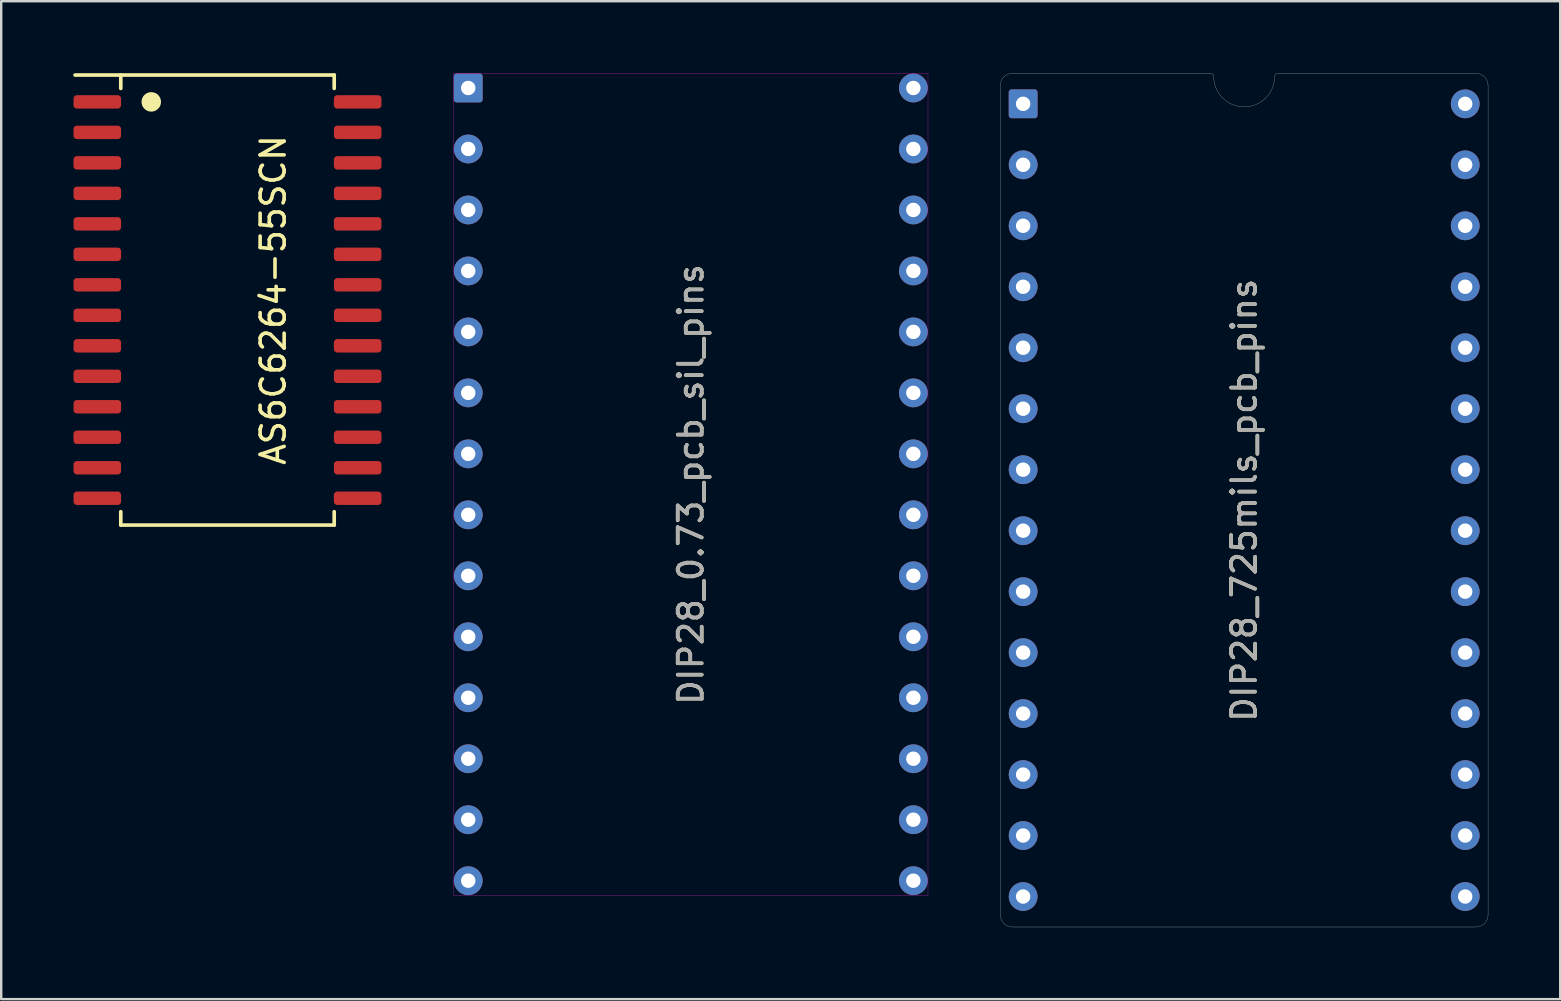
<source format=kicad_pcb>
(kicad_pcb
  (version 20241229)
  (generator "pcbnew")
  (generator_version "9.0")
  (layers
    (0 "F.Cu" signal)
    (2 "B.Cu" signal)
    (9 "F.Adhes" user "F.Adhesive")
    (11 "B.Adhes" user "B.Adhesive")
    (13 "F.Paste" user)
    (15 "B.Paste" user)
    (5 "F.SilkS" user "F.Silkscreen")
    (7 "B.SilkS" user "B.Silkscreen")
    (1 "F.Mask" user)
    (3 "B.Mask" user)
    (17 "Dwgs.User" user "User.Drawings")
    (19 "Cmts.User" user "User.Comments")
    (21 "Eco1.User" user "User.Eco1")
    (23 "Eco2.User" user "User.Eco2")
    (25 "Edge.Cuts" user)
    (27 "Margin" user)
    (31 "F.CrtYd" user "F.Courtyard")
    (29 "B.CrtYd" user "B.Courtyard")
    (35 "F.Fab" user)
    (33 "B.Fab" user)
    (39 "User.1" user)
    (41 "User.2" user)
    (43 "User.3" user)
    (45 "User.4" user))
  (footprint "AS6C6264-55SCN"
    (layer "F.Cu")
    (at 6.426 9.449)
    (property "Reference" "AS6C6264-55SCN" (at 1.905 0 270) (layer "F.SilkS") (effects (font (size 1 1) (thickness 0.15))))
    (attr smd)
    (fp_line (start -4.445 -9.373) (end -4.445 -8.816) (stroke (width 0.152) (type solid)) (layer "F.SilkS"))
    (fp_line (start -4.445 8.816) (end -4.445 9.373) (stroke (width 0.152) (type solid)) (layer "F.SilkS"))
    (fp_line (start -4.445 9.373) (end 4.445 9.373) (stroke (width 0.152) (type solid)) (layer "F.SilkS"))
    (fp_line (start 4.445 -9.373) (end -6.35 -9.373) (stroke (width 0.152) (type solid)) (layer "F.SilkS"))
    (fp_line (start 4.445 -8.816) (end 4.445 -9.373) (stroke (width 0.152) (type solid)) (layer "F.SilkS"))
    (fp_line (start 4.445 9.373) (end 4.445 8.816) (stroke (width 0.152) (type solid)) (layer "F.SilkS"))
    (fp_circle (center -3.175 -8.255) (end -2.972 -8.255) (stroke (width 0.406) (type solid)) (fill no) (layer "F.SilkS"))
    (pad "1" smd roundrect (at -5.423 -8.255) (size 1.981 0.559) (layers "F.Cu" "F.Mask" "F.Paste") (roundrect_rratio 0.25))
    (pad "2" smd roundrect (at -5.423 -6.985) (size 1.981 0.559) (layers "F.Cu" "F.Mask" "F.Paste") (roundrect_rratio 0.25))
    (pad "3" smd roundrect (at -5.423 -5.715) (size 1.981 0.559) (layers "F.Cu" "F.Mask" "F.Paste") (roundrect_rratio 0.25))
    (pad "4" smd roundrect (at -5.423 -4.445) (size 1.981 0.559) (layers "F.Cu" "F.Mask" "F.Paste") (roundrect_rratio 0.25))
    (pad "5" smd roundrect (at -5.423 -3.175) (size 1.981 0.559) (layers "F.Cu" "F.Mask" "F.Paste") (roundrect_rratio 0.25))
    (pad "6" smd roundrect (at -5.423 -1.905) (size 1.981 0.559) (layers "F.Cu" "F.Mask" "F.Paste") (roundrect_rratio 0.25))
    (pad "7" smd roundrect (at -5.423 -0.635) (size 1.981 0.559) (layers "F.Cu" "F.Mask" "F.Paste") (roundrect_rratio 0.25))
    (pad "8" smd roundrect (at -5.423 0.635) (size 1.981 0.559) (layers "F.Cu" "F.Mask" "F.Paste") (roundrect_rratio 0.25))
    (pad "9" smd roundrect (at -5.423 1.905) (size 1.981 0.559) (layers "F.Cu" "F.Mask" "F.Paste") (roundrect_rratio 0.25))
    (pad "10" smd roundrect (at -5.423 3.175) (size 1.981 0.559) (layers "F.Cu" "F.Mask" "F.Paste") (roundrect_rratio 0.25))
    (pad "11" smd roundrect (at -5.423 4.445) (size 1.981 0.559) (layers "F.Cu" "F.Mask" "F.Paste") (roundrect_rratio 0.25))
    (pad "12" smd roundrect (at -5.423 5.715) (size 1.981 0.559) (layers "F.Cu" "F.Mask" "F.Paste") (roundrect_rratio 0.25))
    (pad "13" smd roundrect (at -5.423 6.985) (size 1.981 0.559) (layers "F.Cu" "F.Mask" "F.Paste") (roundrect_rratio 0.25))
    (pad "14" smd roundrect (at -5.423 8.255) (size 1.981 0.559) (layers "F.Cu" "F.Mask" "F.Paste") (roundrect_rratio 0.25))
    (pad "15" smd roundrect (at 5.423 8.255) (size 1.981 0.559) (layers "F.Cu" "F.Mask" "F.Paste") (roundrect_rratio 0.25))
    (pad "16" smd roundrect (at 5.423 6.985) (size 1.981 0.559) (layers "F.Cu" "F.Mask" "F.Paste") (roundrect_rratio 0.25))
    (pad "17" smd roundrect (at 5.423 5.715) (size 1.981 0.559) (layers "F.Cu" "F.Mask" "F.Paste") (roundrect_rratio 0.25))
    (pad "18" smd roundrect (at 5.423 4.445) (size 1.981 0.559) (layers "F.Cu" "F.Mask" "F.Paste") (roundrect_rratio 0.25))
    (pad "19" smd roundrect (at 5.423 3.175) (size 1.981 0.559) (layers "F.Cu" "F.Mask" "F.Paste") (roundrect_rratio 0.25))
    (pad "20" smd roundrect (at 5.423 1.905) (size 1.981 0.559) (layers "F.Cu" "F.Mask" "F.Paste") (roundrect_rratio 0.25))
    (pad "21" smd roundrect (at 5.423 0.635) (size 1.981 0.559) (layers "F.Cu" "F.Mask" "F.Paste") (roundrect_rratio 0.25))
    (pad "22" smd roundrect (at 5.423 -0.635) (size 1.981 0.559) (layers "F.Cu" "F.Mask" "F.Paste") (roundrect_rratio 0.25))
    (pad "23" smd roundrect (at 5.423 -1.905) (size 1.981 0.559) (layers "F.Cu" "F.Mask" "F.Paste") (roundrect_rratio 0.25))
    (pad "24" smd roundrect (at 5.423 -3.175) (size 1.981 0.559) (layers "F.Cu" "F.Mask" "F.Paste") (roundrect_rratio 0.25))
    (pad "25" smd roundrect (at 5.423 -4.445) (size 1.981 0.559) (layers "F.Cu" "F.Mask" "F.Paste") (roundrect_rratio 0.25))
    (pad "26" smd roundrect (at 5.423 -5.715) (size 1.981 0.559) (layers "F.Cu" "F.Mask" "F.Paste") (roundrect_rratio 0.25))
    (pad "27" smd roundrect (at 5.423 -6.985) (size 1.981 0.559) (layers "F.Cu" "F.Mask" "F.Paste") (roundrect_rratio 0.25))
    (pad "28" smd roundrect (at 5.423 -8.255) (size 1.981 0.559) (layers "F.Cu" "F.Mask" "F.Paste") (roundrect_rratio 0.25)))
  (footprint "DIP28_725mils_pcb_pins"
    (layer "F.Cu")
    (at 48.776 17.785)
    (property "Reference" "DIP28_725mils_pcb_pins" (at 0 0 270) (layer "F.SilkS") (effects (font (size 1 1) (thickness 0.15))))
    (attr through_hole)
    (fp_line (start -10.16 -17.272) (end -10.16 17.272) (stroke (width 0.01) (type solid)) (layer "Edge.Cuts"))
    (fp_line (start -9.652 -17.78) (end -1.397 -17.78) (stroke (width 0.01) (type solid)) (layer "Edge.Cuts"))
    (fp_line (start -9.652 17.78) (end 9.652 17.78) (stroke (width 0.01) (type solid)) (layer "Edge.Cuts"))
    (fp_line (start 1.397 -17.78) (end 9.652 -17.78) (stroke (width 0.01) (type solid)) (layer "Edge.Cuts"))
    (fp_line (start 10.16 17.272) (end 10.16 -17.272) (stroke (width 0.01) (type solid)) (layer "Edge.Cuts"))
    (fp_arc (start -10.16 -17.272) (mid -10.01121 -17.63121) (end -9.652 -17.78) (stroke (width 0.01) (type solid)) (layer "Edge.Cuts"))
    (fp_arc (start -9.652 17.78) (mid -10.01121 17.63121) (end -10.16 17.272) (stroke (width 0.01) (type solid)) (layer "Edge.Cuts"))
    (fp_arc (start -1.397 -17.78) (mid -1.307197 -17.742803) (end -1.27 -17.653) (stroke (width 0.01) (type solid)) (layer "Edge.Cuts"))
    (fp_arc (start 1.27 -17.653) (mid 0 -16.383) (end -1.27 -17.653) (stroke (width 0.01) (type solid)) (layer "Edge.Cuts"))
    (fp_arc (start 1.27 -17.653) (mid 1.307197 -17.742803) (end 1.397 -17.78) (stroke (width 0.01) (type solid)) (layer "Edge.Cuts"))
    (fp_arc (start 9.652 -17.78) (mid 10.01121 -17.63121) (end 10.16 -17.272) (stroke (width 0.01) (type solid)) (layer "Edge.Cuts"))
    (fp_arc (start 10.16 17.272) (mid 10.01121 17.63121) (end 9.652 17.78) (stroke (width 0.01) (type solid)) (layer "Edge.Cuts"))
    (fp_text user "${REFERENCE}" (at 0 0 270) (layer "F.Fab") (effects (font (size 1 1) (thickness 0.15))))
    (pad "1" thru_hole roundrect (at -9.207 -16.51) (size 1.2 1.2) (drill 0.6) (layers "*.Cu" "*.Mask") (roundrect_rratio 0.1))
    (pad "2" thru_hole circle (at -9.207 -13.97) (size 1.2 1.2) (drill 0.6) (layers "*.Cu" "*.Mask"))
    (pad "3" thru_hole circle (at -9.207 -11.43) (size 1.2 1.2) (drill 0.6) (layers "*.Cu" "*.Mask"))
    (pad "4" thru_hole circle (at -9.207 -8.89) (size 1.2 1.2) (drill 0.6) (layers "*.Cu" "*.Mask"))
    (pad "5" thru_hole circle (at -9.207 -6.35) (size 1.2 1.2) (drill 0.6) (layers "*.Cu" "*.Mask"))
    (pad "6" thru_hole circle (at -9.207 -3.81) (size 1.2 1.2) (drill 0.6) (layers "*.Cu" "*.Mask"))
    (pad "7" thru_hole circle (at -9.207 -1.27) (size 1.2 1.2) (drill 0.6) (layers "*.Cu" "*.Mask"))
    (pad "8" thru_hole circle (at -9.207 1.27) (size 1.2 1.2) (drill 0.6) (layers "*.Cu" "*.Mask"))
    (pad "9" thru_hole circle (at -9.207 3.81) (size 1.2 1.2) (drill 0.6) (layers "*.Cu" "*.Mask"))
    (pad "10" thru_hole circle (at -9.207 6.35) (size 1.2 1.2) (drill 0.6) (layers "*.Cu" "*.Mask"))
    (pad "11" thru_hole circle (at -9.207 8.89) (size 1.2 1.2) (drill 0.6) (layers "*.Cu" "*.Mask"))
    (pad "12" thru_hole circle (at -9.207 11.43) (size 1.2 1.2) (drill 0.6) (layers "*.Cu" "*.Mask"))
    (pad "13" thru_hole circle (at -9.207 13.97) (size 1.2 1.2) (drill 0.6) (layers "*.Cu" "*.Mask"))
    (pad "14" thru_hole circle (at -9.207 16.51) (size 1.2 1.2) (drill 0.6) (layers "*.Cu" "*.Mask"))
    (pad "15" thru_hole circle (at 9.207 16.51) (size 1.2 1.2) (drill 0.6) (layers "*.Cu" "*.Mask"))
    (pad "16" thru_hole circle (at 9.207 13.97) (size 1.2 1.2) (drill 0.6) (layers "*.Cu" "*.Mask"))
    (pad "17" thru_hole circle (at 9.207 11.43) (size 1.2 1.2) (drill 0.6) (layers "*.Cu" "*.Mask"))
    (pad "18" thru_hole circle (at 9.207 8.89) (size 1.2 1.2) (drill 0.6) (layers "*.Cu" "*.Mask"))
    (pad "19" thru_hole circle (at 9.207 6.35) (size 1.2 1.2) (drill 0.6) (layers "*.Cu" "*.Mask"))
    (pad "20" thru_hole circle (at 9.207 3.81) (size 1.2 1.2) (drill 0.6) (layers "*.Cu" "*.Mask"))
    (pad "21" thru_hole circle (at 9.207 1.27) (size 1.2 1.2) (drill 0.6) (layers "*.Cu" "*.Mask"))
    (pad "22" thru_hole circle (at 9.207 -1.27) (size 1.2 1.2) (drill 0.6) (layers "*.Cu" "*.Mask"))
    (pad "23" thru_hole circle (at 9.207 -3.81) (size 1.2 1.2) (drill 0.6) (layers "*.Cu" "*.Mask"))
    (pad "24" thru_hole circle (at 9.207 -6.35) (size 1.2 1.2) (drill 0.6) (layers "*.Cu" "*.Mask"))
    (pad "25" thru_hole circle (at 9.207 -8.89) (size 1.2 1.2) (drill 0.6) (layers "*.Cu" "*.Mask"))
    (pad "26" thru_hole circle (at 9.207 -11.43) (size 1.2 1.2) (drill 0.6) (layers "*.Cu" "*.Mask"))
    (pad "27" thru_hole circle (at 9.207 -13.97) (size 1.2 1.2) (drill 0.6) (layers "*.Cu" "*.Mask"))
    (pad "28" thru_hole circle (at 9.207 -16.51) (size 1.2 1.2) (drill 0.6) (layers "*.Cu" "*.Mask")))
  (footprint "DIP28_0.73_pcb_sil_pins"
    (layer "F.Cu")
    (at 25.725 17.125)
    (property "Reference" "DIP28_0.73_pcb_sil_pins" (at 0 0 270) (layer "F.SilkS") (effects (font (size 1 1) (thickness 0.15))))
    (attr through_hole)
    (fp_line (start -9.881 -17.12) (end -9.881 17.12) (stroke (width 0.01) (type solid)) (layer "F.CrtYd"))
    (fp_line (start -9.881 17.12) (end 9.881 17.12) (stroke (width 0.01) (type solid)) (layer "F.CrtYd"))
    (fp_line (start 9.881 -17.12) (end -9.881 -17.12) (stroke (width 0.01) (type solid)) (layer "F.CrtYd"))
    (fp_line (start 9.881 17.12) (end 9.881 -17.12) (stroke (width 0.01) (type solid)) (layer "F.CrtYd"))
    (fp_text user "${REFERENCE}" (at 0 0 270) (layer "F.Fab") (effects (font (size 1 1) (thickness 0.15))))
    (pad "1" thru_hole roundrect (at -9.271 -16.51) (size 1.2 1.2) (drill 0.6) (layers "*.Cu" "*.Mask") (roundrect_rratio 0.1))
    (pad "2" thru_hole circle (at -9.271 -13.97) (size 1.2 1.2) (drill 0.6) (layers "*.Cu" "*.Mask"))
    (pad "3" thru_hole circle (at -9.271 -11.43) (size 1.2 1.2) (drill 0.6) (layers "*.Cu" "*.Mask"))
    (pad "4" thru_hole circle (at -9.271 -8.89) (size 1.2 1.2) (drill 0.6) (layers "*.Cu" "*.Mask"))
    (pad "5" thru_hole circle (at -9.271 -6.35) (size 1.2 1.2) (drill 0.6) (layers "*.Cu" "*.Mask"))
    (pad "6" thru_hole circle (at -9.271 -3.81) (size 1.2 1.2) (drill 0.6) (layers "*.Cu" "*.Mask"))
    (pad "7" thru_hole circle (at -9.271 -1.27) (size 1.2 1.2) (drill 0.6) (layers "*.Cu" "*.Mask"))
    (pad "8" thru_hole circle (at -9.271 1.27) (size 1.2 1.2) (drill 0.6) (layers "*.Cu" "*.Mask"))
    (pad "9" thru_hole circle (at -9.271 3.81) (size 1.2 1.2) (drill 0.6) (layers "*.Cu" "*.Mask"))
    (pad "10" thru_hole circle (at -9.271 6.35) (size 1.2 1.2) (drill 0.6) (layers "*.Cu" "*.Mask"))
    (pad "11" thru_hole circle (at -9.271 8.89) (size 1.2 1.2) (drill 0.6) (layers "*.Cu" "*.Mask"))
    (pad "12" thru_hole circle (at -9.271 11.43) (size 1.2 1.2) (drill 0.6) (layers "*.Cu" "*.Mask"))
    (pad "13" thru_hole circle (at -9.271 13.97) (size 1.2 1.2) (drill 0.6) (layers "*.Cu" "*.Mask"))
    (pad "14" thru_hole circle (at -9.271 16.51) (size 1.2 1.2) (drill 0.6) (layers "*.Cu" "*.Mask"))
    (pad "15" thru_hole circle (at 9.271 16.51) (size 1.2 1.2) (drill 0.6) (layers "*.Cu" "*.Mask"))
    (pad "16" thru_hole circle (at 9.271 13.97) (size 1.2 1.2) (drill 0.6) (layers "*.Cu" "*.Mask"))
    (pad "17" thru_hole circle (at 9.271 11.43) (size 1.2 1.2) (drill 0.6) (layers "*.Cu" "*.Mask"))
    (pad "18" thru_hole circle (at 9.271 8.89) (size 1.2 1.2) (drill 0.6) (layers "*.Cu" "*.Mask"))
    (pad "19" thru_hole circle (at 9.271 6.35) (size 1.2 1.2) (drill 0.6) (layers "*.Cu" "*.Mask"))
    (pad "20" thru_hole circle (at 9.271 3.81) (size 1.2 1.2) (drill 0.6) (layers "*.Cu" "*.Mask"))
    (pad "21" thru_hole circle (at 9.271 1.27) (size 1.2 1.2) (drill 0.6) (layers "*.Cu" "*.Mask"))
    (pad "22" thru_hole circle (at 9.271 -1.27) (size 1.2 1.2) (drill 0.6) (layers "*.Cu" "*.Mask"))
    (pad "23" thru_hole circle (at 9.271 -3.81) (size 1.2 1.2) (drill 0.6) (layers "*.Cu" "*.Mask"))
    (pad "24" thru_hole circle (at 9.271 -6.35) (size 1.2 1.2) (drill 0.6) (layers "*.Cu" "*.Mask"))
    (pad "25" thru_hole circle (at 9.271 -8.89) (size 1.2 1.2) (drill 0.6) (layers "*.Cu" "*.Mask"))
    (pad "26" thru_hole circle (at 9.271 -11.43) (size 1.2 1.2) (drill 0.6) (layers "*.Cu" "*.Mask"))
    (pad "27" thru_hole circle (at 9.271 -13.97) (size 1.2 1.2) (drill 0.6) (layers "*.Cu" "*.Mask"))
    (pad "28" thru_hole circle (at 9.271 -16.51) (size 1.2 1.2) (drill 0.6) (layers "*.Cu" "*.Mask")))
  (gr_rect
    (start -3 -3)
    (end 61.941 38.57)
    (stroke (width 0.1) (type default))
    (fill no)
    (layer "Edge.Cuts")))
</source>
